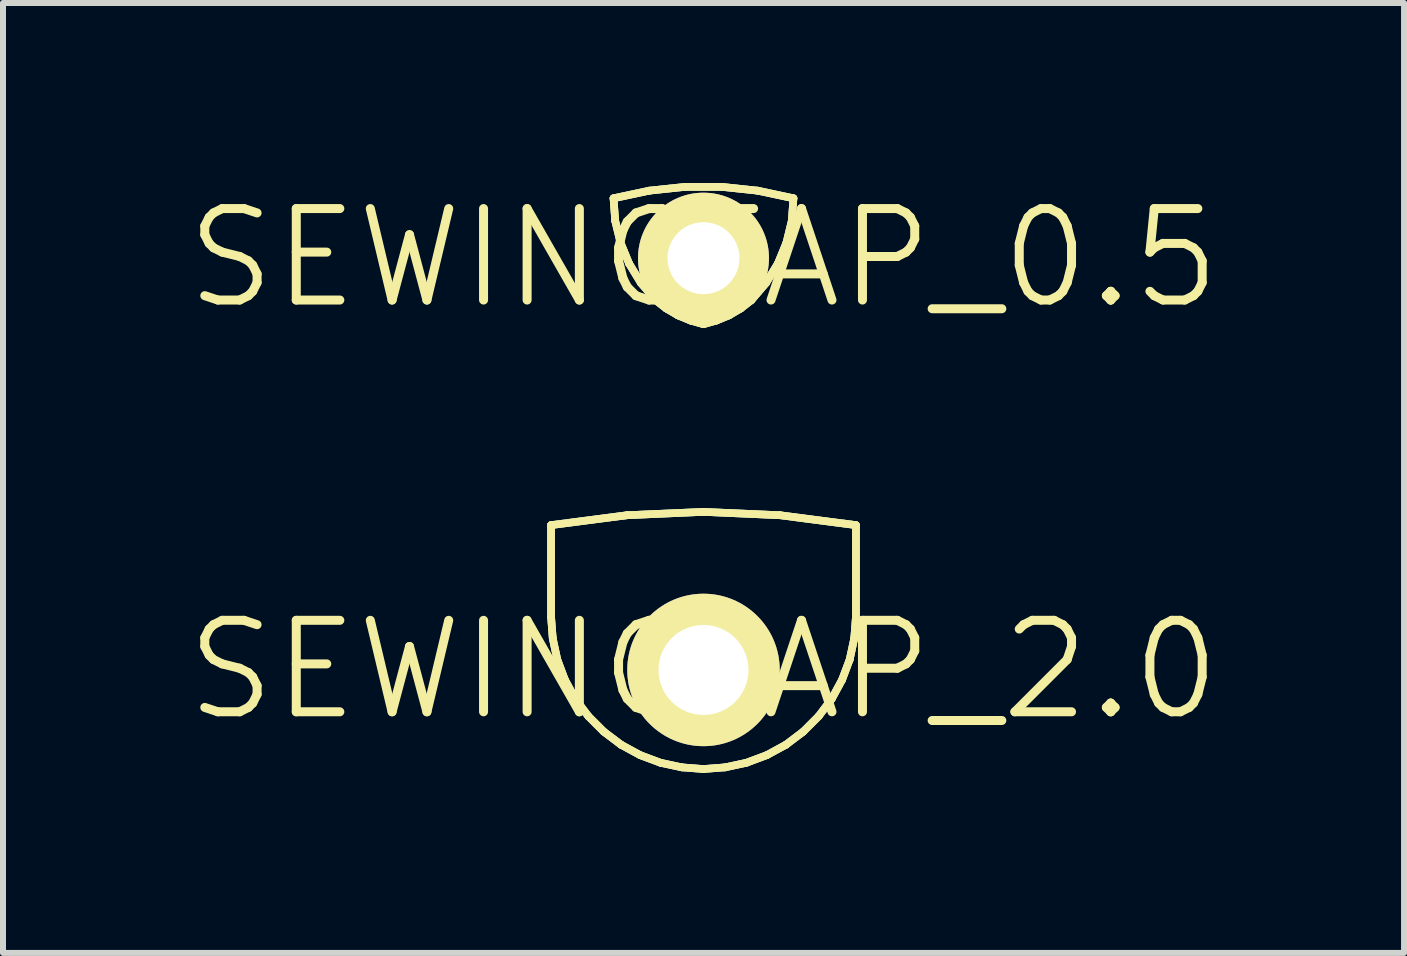
<source format=kicad_pcb>
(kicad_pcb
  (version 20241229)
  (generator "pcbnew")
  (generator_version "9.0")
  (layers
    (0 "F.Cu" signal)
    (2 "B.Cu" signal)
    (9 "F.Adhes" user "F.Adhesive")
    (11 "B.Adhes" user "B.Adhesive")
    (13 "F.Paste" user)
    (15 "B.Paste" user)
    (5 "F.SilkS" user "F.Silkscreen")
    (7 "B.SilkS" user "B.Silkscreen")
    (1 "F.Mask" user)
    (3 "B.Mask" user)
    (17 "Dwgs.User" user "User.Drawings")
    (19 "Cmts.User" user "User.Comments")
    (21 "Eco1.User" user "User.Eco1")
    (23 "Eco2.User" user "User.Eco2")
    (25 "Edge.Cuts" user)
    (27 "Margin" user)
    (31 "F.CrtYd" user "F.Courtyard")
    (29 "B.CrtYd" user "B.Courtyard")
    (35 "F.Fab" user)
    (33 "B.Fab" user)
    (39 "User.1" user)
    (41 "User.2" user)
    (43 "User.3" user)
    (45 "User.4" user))
  (footprint "SEWINGTAP_2.0"
    (layer "F.Cu")
    (at 8.672 8.113)
    (property "Reference" "SEWINGTAP_2.0" (at 0 0 0) (layer "F.SilkS") (effects (font (size 1.524 1.524) (thickness 0.15))))
    (attr exclude_from_pos_files exclude_from_bom)
    (fp_line (start -2.54 -2.413) (end -2.54 -0.889) (stroke (width 0.127) (type solid)) (layer "B.Cu"))
    (fp_line (start -2.54 -0.889) (end -2.512 -0.526) (stroke (width 0.127) (type solid)) (layer "B.Cu"))
    (fp_line (start -2.512 -0.526) (end -2.436 -0.173) (stroke (width 0.127) (type solid)) (layer "B.Cu"))
    (fp_line (start -2.436 -0.173) (end -2.309 0.165) (stroke (width 0.127) (type solid)) (layer "B.Cu"))
    (fp_line (start -2.309 0.165) (end -2.136 0.483) (stroke (width 0.127) (type solid)) (layer "B.Cu"))
    (fp_line (start -2.136 0.483) (end -1.918 0.772) (stroke (width 0.127) (type solid)) (layer "B.Cu"))
    (fp_line (start -1.918 0.772) (end -1.661 1.029) (stroke (width 0.127) (type solid)) (layer "B.Cu"))
    (fp_line (start -1.661 1.029) (end -1.372 1.247) (stroke (width 0.127) (type solid)) (layer "B.Cu"))
    (fp_line (start -1.372 1.247) (end -1.054 1.42) (stroke (width 0.127) (type solid)) (layer "B.Cu"))
    (fp_line (start -1.273 -2.578) (end -2.54 -2.413) (stroke (width 0.127) (type solid)) (layer "B.Cu"))
    (fp_line (start -1.054 1.42) (end -0.714 1.547) (stroke (width 0.127) (type solid)) (layer "B.Cu"))
    (fp_line (start -0.714 1.547) (end -0.361 1.623) (stroke (width 0.127) (type solid)) (layer "B.Cu"))
    (fp_line (start -0.361 1.623) (end 0 1.651) (stroke (width 0.127) (type solid)) (layer "B.Cu"))
    (fp_line (start 0 -2.634) (end -1.273 -2.578) (stroke (width 0.127) (type solid)) (layer "B.Cu"))
    (fp_line (start 0 1.651) (end 0.361 1.623) (stroke (width 0.127) (type solid)) (layer "B.Cu"))
    (fp_line (start 0.361 1.623) (end 0.714 1.547) (stroke (width 0.127) (type solid)) (layer "B.Cu"))
    (fp_line (start 0.714 1.547) (end 1.054 1.42) (stroke (width 0.127) (type solid)) (layer "B.Cu"))
    (fp_line (start 1.054 1.42) (end 1.372 1.247) (stroke (width 0.127) (type solid)) (layer "B.Cu"))
    (fp_line (start 1.273 -2.578) (end 0 -2.634) (stroke (width 0.127) (type solid)) (layer "B.Cu"))
    (fp_line (start 1.372 1.247) (end 1.661 1.029) (stroke (width 0.127) (type solid)) (layer "B.Cu"))
    (fp_line (start 1.661 1.029) (end 1.918 0.772) (stroke (width 0.127) (type solid)) (layer "B.Cu"))
    (fp_line (start 1.918 0.772) (end 2.136 0.483) (stroke (width 0.127) (type solid)) (layer "B.Cu"))
    (fp_line (start 2.136 0.483) (end 2.309 0.165) (stroke (width 0.127) (type solid)) (layer "B.Cu"))
    (fp_line (start 2.309 0.165) (end 2.436 -0.173) (stroke (width 0.127) (type solid)) (layer "B.Cu"))
    (fp_line (start 2.436 -0.173) (end 2.512 -0.526) (stroke (width 0.127) (type solid)) (layer "B.Cu"))
    (fp_line (start 2.512 -0.526) (end 2.54 -0.889) (stroke (width 0.127) (type solid)) (layer "B.Cu"))
    (fp_line (start 2.54 -2.413) (end 1.273 -2.578) (stroke (width 0.127) (type solid)) (layer "B.Cu"))
    (fp_line (start 2.54 -0.889) (end 2.54 -2.413) (stroke (width 0.127) (type solid)) (layer "B.Cu"))
    (fp_line (start -2.54 -2.413) (end -2.54 -0.889) (stroke (width 0.127) (type solid)) (layer "F.SilkS"))
    (fp_line (start -2.54 -2.413) (end -2.54 -0.889) (stroke (width 0.127) (type solid)) (layer "F.SilkS"))
    (fp_line (start -2.54 -0.889) (end -2.512 -0.526) (stroke (width 0.127) (type solid)) (layer "F.SilkS"))
    (fp_line (start -2.54 -0.889) (end -2.512 -0.526) (stroke (width 0.127) (type solid)) (layer "F.SilkS"))
    (fp_line (start -2.512 -0.526) (end -2.436 -0.173) (stroke (width 0.127) (type solid)) (layer "F.SilkS"))
    (fp_line (start -2.512 -0.526) (end -2.436 -0.173) (stroke (width 0.127) (type solid)) (layer "F.SilkS"))
    (fp_line (start -2.436 -0.173) (end -2.309 0.165) (stroke (width 0.127) (type solid)) (layer "F.SilkS"))
    (fp_line (start -2.436 -0.173) (end -2.309 0.165) (stroke (width 0.127) (type solid)) (layer "F.SilkS"))
    (fp_line (start -2.309 0.165) (end -2.136 0.483) (stroke (width 0.127) (type solid)) (layer "F.SilkS"))
    (fp_line (start -2.309 0.165) (end -2.136 0.483) (stroke (width 0.127) (type solid)) (layer "F.SilkS"))
    (fp_line (start -2.136 0.483) (end -1.918 0.772) (stroke (width 0.127) (type solid)) (layer "F.SilkS"))
    (fp_line (start -2.136 0.483) (end -1.918 0.772) (stroke (width 0.127) (type solid)) (layer "F.SilkS"))
    (fp_line (start -1.918 0.772) (end -1.661 1.029) (stroke (width 0.127) (type solid)) (layer "F.SilkS"))
    (fp_line (start -1.918 0.772) (end -1.661 1.029) (stroke (width 0.127) (type solid)) (layer "F.SilkS"))
    (fp_line (start -1.661 1.029) (end -1.372 1.247) (stroke (width 0.127) (type solid)) (layer "F.SilkS"))
    (fp_line (start -1.661 1.029) (end -1.372 1.247) (stroke (width 0.127) (type solid)) (layer "F.SilkS"))
    (fp_line (start -1.372 1.247) (end -1.054 1.42) (stroke (width 0.127) (type solid)) (layer "F.SilkS"))
    (fp_line (start -1.372 1.247) (end -1.054 1.42) (stroke (width 0.127) (type solid)) (layer "F.SilkS"))
    (fp_line (start -1.273 -2.578) (end -2.54 -2.413) (stroke (width 0.127) (type solid)) (layer "F.SilkS"))
    (fp_line (start -1.273 -2.578) (end -2.54 -2.413) (stroke (width 0.127) (type solid)) (layer "F.SilkS"))
    (fp_line (start -1.054 1.42) (end -0.714 1.547) (stroke (width 0.127) (type solid)) (layer "F.SilkS"))
    (fp_line (start -1.054 1.42) (end -0.714 1.547) (stroke (width 0.127) (type solid)) (layer "F.SilkS"))
    (fp_line (start -0.714 1.547) (end -0.361 1.623) (stroke (width 0.127) (type solid)) (layer "F.SilkS"))
    (fp_line (start -0.714 1.547) (end -0.361 1.623) (stroke (width 0.127) (type solid)) (layer "F.SilkS"))
    (fp_line (start -0.361 1.623) (end 0 1.651) (stroke (width 0.127) (type solid)) (layer "F.SilkS"))
    (fp_line (start -0.361 1.623) (end 0 1.651) (stroke (width 0.127) (type solid)) (layer "F.SilkS"))
    (fp_line (start 0 -2.634) (end -1.273 -2.578) (stroke (width 0.127) (type solid)) (layer "F.SilkS"))
    (fp_line (start 0 -2.634) (end -1.273 -2.578) (stroke (width 0.127) (type solid)) (layer "F.SilkS"))
    (fp_line (start 0 1.651) (end 0.361 1.623) (stroke (width 0.127) (type solid)) (layer "F.SilkS"))
    (fp_line (start 0 1.651) (end 0.361 1.623) (stroke (width 0.127) (type solid)) (layer "F.SilkS"))
    (fp_line (start 0.361 1.623) (end 0.714 1.547) (stroke (width 0.127) (type solid)) (layer "F.SilkS"))
    (fp_line (start 0.361 1.623) (end 0.714 1.547) (stroke (width 0.127) (type solid)) (layer "F.SilkS"))
    (fp_line (start 0.714 1.547) (end 1.054 1.42) (stroke (width 0.127) (type solid)) (layer "F.SilkS"))
    (fp_line (start 0.714 1.547) (end 1.054 1.42) (stroke (width 0.127) (type solid)) (layer "F.SilkS"))
    (fp_line (start 1.054 1.42) (end 1.372 1.247) (stroke (width 0.127) (type solid)) (layer "F.SilkS"))
    (fp_line (start 1.054 1.42) (end 1.372 1.247) (stroke (width 0.127) (type solid)) (layer "F.SilkS"))
    (fp_line (start 1.273 -2.578) (end 0 -2.634) (stroke (width 0.127) (type solid)) (layer "F.SilkS"))
    (fp_line (start 1.273 -2.578) (end 0 -2.634) (stroke (width 0.127) (type solid)) (layer "F.SilkS"))
    (fp_line (start 1.372 1.247) (end 1.661 1.029) (stroke (width 0.127) (type solid)) (layer "F.SilkS"))
    (fp_line (start 1.372 1.247) (end 1.661 1.029) (stroke (width 0.127) (type solid)) (layer "F.SilkS"))
    (fp_line (start 1.661 1.029) (end 1.918 0.772) (stroke (width 0.127) (type solid)) (layer "F.SilkS"))
    (fp_line (start 1.661 1.029) (end 1.918 0.772) (stroke (width 0.127) (type solid)) (layer "F.SilkS"))
    (fp_line (start 1.918 0.772) (end 2.136 0.483) (stroke (width 0.127) (type solid)) (layer "F.SilkS"))
    (fp_line (start 1.918 0.772) (end 2.136 0.483) (stroke (width 0.127) (type solid)) (layer "F.SilkS"))
    (fp_line (start 2.136 0.483) (end 2.309 0.165) (stroke (width 0.127) (type solid)) (layer "F.SilkS"))
    (fp_line (start 2.136 0.483) (end 2.309 0.165) (stroke (width 0.127) (type solid)) (layer "F.SilkS"))
    (fp_line (start 2.309 0.165) (end 2.436 -0.173) (stroke (width 0.127) (type solid)) (layer "F.SilkS"))
    (fp_line (start 2.309 0.165) (end 2.436 -0.173) (stroke (width 0.127) (type solid)) (layer "F.SilkS"))
    (fp_line (start 2.436 -0.173) (end 2.512 -0.526) (stroke (width 0.127) (type solid)) (layer "F.SilkS"))
    (fp_line (start 2.436 -0.173) (end 2.512 -0.526) (stroke (width 0.127) (type solid)) (layer "F.SilkS"))
    (fp_line (start 2.512 -0.526) (end 2.54 -0.889) (stroke (width 0.127) (type solid)) (layer "F.SilkS"))
    (fp_line (start 2.512 -0.526) (end 2.54 -0.889) (stroke (width 0.127) (type solid)) (layer "F.SilkS"))
    (fp_line (start 2.54 -2.413) (end 1.273 -2.578) (stroke (width 0.127) (type solid)) (layer "F.SilkS"))
    (fp_line (start 2.54 -2.413) (end 1.273 -2.578) (stroke (width 0.127) (type solid)) (layer "F.SilkS"))
    (fp_line (start 2.54 -0.889) (end 2.54 -2.413) (stroke (width 0.127) (type solid)) (layer "F.SilkS"))
    (fp_line (start 2.54 -0.889) (end 2.54 -2.413) (stroke (width 0.127) (type solid)) (layer "F.SilkS"))
    (fp_line (start -2.54 -2.413) (end -2.54 -0.889) (stroke (width 0.127) (type solid)) (layer "B.Adhes"))
    (fp_line (start -2.54 -0.889) (end -2.512 -0.526) (stroke (width 0.127) (type solid)) (layer "B.Adhes"))
    (fp_line (start -2.512 -0.526) (end -2.436 -0.173) (stroke (width 0.127) (type solid)) (layer "B.Adhes"))
    (fp_line (start -2.436 -0.173) (end -2.309 0.165) (stroke (width 0.127) (type solid)) (layer "B.Adhes"))
    (fp_line (start -2.309 0.165) (end -2.136 0.483) (stroke (width 0.127) (type solid)) (layer "B.Adhes"))
    (fp_line (start -2.136 0.483) (end -1.918 0.772) (stroke (width 0.127) (type solid)) (layer "B.Adhes"))
    (fp_line (start -1.918 0.772) (end -1.661 1.029) (stroke (width 0.127) (type solid)) (layer "B.Adhes"))
    (fp_line (start -1.661 1.029) (end -1.372 1.247) (stroke (width 0.127) (type solid)) (layer "B.Adhes"))
    (fp_line (start -1.372 1.247) (end -1.054 1.42) (stroke (width 0.127) (type solid)) (layer "B.Adhes"))
    (fp_line (start -1.273 -2.578) (end -2.54 -2.413) (stroke (width 0.127) (type solid)) (layer "B.Adhes"))
    (fp_line (start -1.054 1.42) (end -0.714 1.547) (stroke (width 0.127) (type solid)) (layer "B.Adhes"))
    (fp_line (start -0.714 1.547) (end -0.361 1.623) (stroke (width 0.127) (type solid)) (layer "B.Adhes"))
    (fp_line (start -0.361 1.623) (end 0 1.651) (stroke (width 0.127) (type solid)) (layer "B.Adhes"))
    (fp_line (start 0 -2.634) (end -1.273 -2.578) (stroke (width 0.127) (type solid)) (layer "B.Adhes"))
    (fp_line (start 0 1.651) (end 0.361 1.623) (stroke (width 0.127) (type solid)) (layer "B.Adhes"))
    (fp_line (start 0.361 1.623) (end 0.714 1.547) (stroke (width 0.127) (type solid)) (layer "B.Adhes"))
    (fp_line (start 0.714 1.547) (end 1.054 1.42) (stroke (width 0.127) (type solid)) (layer "B.Adhes"))
    (fp_line (start 1.054 1.42) (end 1.372 1.247) (stroke (width 0.127) (type solid)) (layer "B.Adhes"))
    (fp_line (start 1.273 -2.578) (end 0 -2.634) (stroke (width 0.127) (type solid)) (layer "B.Adhes"))
    (fp_line (start 1.372 1.247) (end 1.661 1.029) (stroke (width 0.127) (type solid)) (layer "B.Adhes"))
    (fp_line (start 1.661 1.029) (end 1.918 0.772) (stroke (width 0.127) (type solid)) (layer "B.Adhes"))
    (fp_line (start 1.918 0.772) (end 2.136 0.483) (stroke (width 0.127) (type solid)) (layer "B.Adhes"))
    (fp_line (start 2.136 0.483) (end 2.309 0.165) (stroke (width 0.127) (type solid)) (layer "B.Adhes"))
    (fp_line (start 2.309 0.165) (end 2.436 -0.173) (stroke (width 0.127) (type solid)) (layer "B.Adhes"))
    (fp_line (start 2.436 -0.173) (end 2.512 -0.526) (stroke (width 0.127) (type solid)) (layer "B.Adhes"))
    (fp_line (start 2.512 -0.526) (end 2.54 -0.889) (stroke (width 0.127) (type solid)) (layer "B.Adhes"))
    (fp_line (start 2.54 -2.413) (end 1.273 -2.578) (stroke (width 0.127) (type solid)) (layer "B.Adhes"))
    (fp_line (start 2.54 -0.889) (end 2.54 -2.413) (stroke (width 0.127) (type solid)) (layer "B.Adhes"))
    (pad "P$1" thru_hole circle (at 0 0) (size 2.54 2.54) (drill 1.499) (layers "*.Cu" "F.Mask" "F.SilkS" "F.Paste")))
  (footprint "SEWINGTAP_0.5"
    (layer "F.Cu")
    (at 8.672 1.252)
    (property "Reference" "SEWINGTAP_0.5" (at 0 0 0) (layer "F.SilkS") (effects (font (size 1.524 1.524) (thickness 0.15))))
    (attr exclude_from_pos_files exclude_from_bom)
    (fp_line (start -1.499 -0.998) (end -1.471 -0.622) (stroke (width 0.127) (type solid)) (layer "B.Cu"))
    (fp_line (start -1.471 -0.622) (end -1.382 -0.257) (stroke (width 0.127) (type solid)) (layer "B.Cu"))
    (fp_line (start -1.382 -0.257) (end -1.24 0.089) (stroke (width 0.127) (type solid)) (layer "B.Cu"))
    (fp_line (start -1.24 0.089) (end -1.044 0.411) (stroke (width 0.127) (type solid)) (layer "B.Cu"))
    (fp_line (start -1.044 0.411) (end -0.798 0.699) (stroke (width 0.127) (type solid)) (layer "B.Cu"))
    (fp_line (start -0.904 -1.125) (end -1.499 -0.998) (stroke (width 0.127) (type solid)) (layer "B.Cu"))
    (fp_line (start -0.798 0.699) (end -0.62 0.838) (stroke (width 0.127) (type solid)) (layer "B.Cu"))
    (fp_line (start -0.62 0.838) (end -0.424 0.953) (stroke (width 0.127) (type solid)) (layer "B.Cu"))
    (fp_line (start -0.424 0.953) (end -0.216 1.039) (stroke (width 0.127) (type solid)) (layer "B.Cu"))
    (fp_line (start -0.302 -1.189) (end -0.904 -1.125) (stroke (width 0.127) (type solid)) (layer "B.Cu"))
    (fp_line (start -0.216 1.039) (end 0 1.1) (stroke (width 0.127) (type solid)) (layer "B.Cu"))
    (fp_line (start 0 1.1) (end 0.216 1.039) (stroke (width 0.127) (type solid)) (layer "B.Cu"))
    (fp_line (start 0.216 1.039) (end 0.424 0.953) (stroke (width 0.127) (type solid)) (layer "B.Cu"))
    (fp_line (start 0.302 -1.189) (end -0.302 -1.189) (stroke (width 0.127) (type solid)) (layer "B.Cu"))
    (fp_line (start 0.424 0.953) (end 0.62 0.838) (stroke (width 0.127) (type solid)) (layer "B.Cu"))
    (fp_line (start 0.62 0.838) (end 0.798 0.699) (stroke (width 0.127) (type solid)) (layer "B.Cu"))
    (fp_line (start 0.798 0.699) (end 1.044 0.411) (stroke (width 0.127) (type solid)) (layer "B.Cu"))
    (fp_line (start 0.904 -1.125) (end 0.302 -1.189) (stroke (width 0.127) (type solid)) (layer "B.Cu"))
    (fp_line (start 1.044 0.411) (end 1.24 0.089) (stroke (width 0.127) (type solid)) (layer "B.Cu"))
    (fp_line (start 1.24 0.089) (end 1.382 -0.257) (stroke (width 0.127) (type solid)) (layer "B.Cu"))
    (fp_line (start 1.382 -0.257) (end 1.471 -0.622) (stroke (width 0.127) (type solid)) (layer "B.Cu"))
    (fp_line (start 1.471 -0.622) (end 1.499 -0.998) (stroke (width 0.127) (type solid)) (layer "B.Cu"))
    (fp_line (start 1.499 -0.998) (end 0.904 -1.125) (stroke (width 0.127) (type solid)) (layer "B.Cu"))
    (fp_line (start -1.499 -0.998) (end -1.471 -0.622) (stroke (width 0.127) (type solid)) (layer "F.SilkS"))
    (fp_line (start -1.499 -0.998) (end -1.471 -0.622) (stroke (width 0.127) (type solid)) (layer "F.SilkS"))
    (fp_line (start -1.471 -0.622) (end -1.382 -0.257) (stroke (width 0.127) (type solid)) (layer "F.SilkS"))
    (fp_line (start -1.471 -0.622) (end -1.382 -0.257) (stroke (width 0.127) (type solid)) (layer "F.SilkS"))
    (fp_line (start -1.382 -0.257) (end -1.24 0.089) (stroke (width 0.127) (type solid)) (layer "F.SilkS"))
    (fp_line (start -1.382 -0.257) (end -1.24 0.089) (stroke (width 0.127) (type solid)) (layer "F.SilkS"))
    (fp_line (start -1.24 0.089) (end -1.044 0.411) (stroke (width 0.127) (type solid)) (layer "F.SilkS"))
    (fp_line (start -1.24 0.089) (end -1.044 0.411) (stroke (width 0.127) (type solid)) (layer "F.SilkS"))
    (fp_line (start -1.044 0.411) (end -0.798 0.699) (stroke (width 0.127) (type solid)) (layer "F.SilkS"))
    (fp_line (start -1.044 0.411) (end -0.798 0.699) (stroke (width 0.127) (type solid)) (layer "F.SilkS"))
    (fp_line (start -0.904 -1.125) (end -1.499 -0.998) (stroke (width 0.127) (type solid)) (layer "F.SilkS"))
    (fp_line (start -0.904 -1.125) (end -1.499 -0.998) (stroke (width 0.127) (type solid)) (layer "F.SilkS"))
    (fp_line (start -0.798 0.699) (end -0.62 0.838) (stroke (width 0.127) (type solid)) (layer "F.SilkS"))
    (fp_line (start -0.798 0.699) (end -0.62 0.838) (stroke (width 0.127) (type solid)) (layer "F.SilkS"))
    (fp_line (start -0.62 0.838) (end -0.424 0.953) (stroke (width 0.127) (type solid)) (layer "F.SilkS"))
    (fp_line (start -0.62 0.838) (end -0.424 0.953) (stroke (width 0.127) (type solid)) (layer "F.SilkS"))
    (fp_line (start -0.424 0.953) (end -0.216 1.039) (stroke (width 0.127) (type solid)) (layer "F.SilkS"))
    (fp_line (start -0.424 0.953) (end -0.216 1.039) (stroke (width 0.127) (type solid)) (layer "F.SilkS"))
    (fp_line (start -0.302 -1.189) (end -0.904 -1.125) (stroke (width 0.127) (type solid)) (layer "F.SilkS"))
    (fp_line (start -0.302 -1.189) (end -0.904 -1.125) (stroke (width 0.127) (type solid)) (layer "F.SilkS"))
    (fp_line (start -0.216 1.039) (end 0 1.1) (stroke (width 0.127) (type solid)) (layer "F.SilkS"))
    (fp_line (start -0.216 1.039) (end 0 1.1) (stroke (width 0.127) (type solid)) (layer "F.SilkS"))
    (fp_line (start 0 1.1) (end 0.216 1.039) (stroke (width 0.127) (type solid)) (layer "F.SilkS"))
    (fp_line (start 0 1.1) (end 0.216 1.039) (stroke (width 0.127) (type solid)) (layer "F.SilkS"))
    (fp_line (start 0.216 1.039) (end 0.424 0.953) (stroke (width 0.127) (type solid)) (layer "F.SilkS"))
    (fp_line (start 0.216 1.039) (end 0.424 0.953) (stroke (width 0.127) (type solid)) (layer "F.SilkS"))
    (fp_line (start 0.302 -1.189) (end -0.302 -1.189) (stroke (width 0.127) (type solid)) (layer "F.SilkS"))
    (fp_line (start 0.302 -1.189) (end -0.302 -1.189) (stroke (width 0.127) (type solid)) (layer "F.SilkS"))
    (fp_line (start 0.424 0.953) (end 0.62 0.838) (stroke (width 0.127) (type solid)) (layer "F.SilkS"))
    (fp_line (start 0.424 0.953) (end 0.62 0.838) (stroke (width 0.127) (type solid)) (layer "F.SilkS"))
    (fp_line (start 0.62 0.838) (end 0.798 0.699) (stroke (width 0.127) (type solid)) (layer "F.SilkS"))
    (fp_line (start 0.62 0.838) (end 0.798 0.699) (stroke (width 0.127) (type solid)) (layer "F.SilkS"))
    (fp_line (start 0.798 0.699) (end 1.044 0.411) (stroke (width 0.127) (type solid)) (layer "F.SilkS"))
    (fp_line (start 0.798 0.699) (end 1.044 0.411) (stroke (width 0.127) (type solid)) (layer "F.SilkS"))
    (fp_line (start 0.904 -1.125) (end 0.302 -1.189) (stroke (width 0.127) (type solid)) (layer "F.SilkS"))
    (fp_line (start 0.904 -1.125) (end 0.302 -1.189) (stroke (width 0.127) (type solid)) (layer "F.SilkS"))
    (fp_line (start 1.044 0.411) (end 1.24 0.089) (stroke (width 0.127) (type solid)) (layer "F.SilkS"))
    (fp_line (start 1.044 0.411) (end 1.24 0.089) (stroke (width 0.127) (type solid)) (layer "F.SilkS"))
    (fp_line (start 1.24 0.089) (end 1.382 -0.257) (stroke (width 0.127) (type solid)) (layer "F.SilkS"))
    (fp_line (start 1.24 0.089) (end 1.382 -0.257) (stroke (width 0.127) (type solid)) (layer "F.SilkS"))
    (fp_line (start 1.382 -0.257) (end 1.471 -0.622) (stroke (width 0.127) (type solid)) (layer "F.SilkS"))
    (fp_line (start 1.382 -0.257) (end 1.471 -0.622) (stroke (width 0.127) (type solid)) (layer "F.SilkS"))
    (fp_line (start 1.471 -0.622) (end 1.499 -0.998) (stroke (width 0.127) (type solid)) (layer "F.SilkS"))
    (fp_line (start 1.471 -0.622) (end 1.499 -0.998) (stroke (width 0.127) (type solid)) (layer "F.SilkS"))
    (fp_line (start 1.499 -0.998) (end 0.904 -1.125) (stroke (width 0.127) (type solid)) (layer "F.SilkS"))
    (fp_line (start 1.499 -0.998) (end 0.904 -1.125) (stroke (width 0.127) (type solid)) (layer "F.SilkS"))
    (fp_line (start -1.499 -0.998) (end -1.471 -0.622) (stroke (width 0.127) (type solid)) (layer "B.Adhes"))
    (fp_line (start -1.471 -0.622) (end -1.382 -0.257) (stroke (width 0.127) (type solid)) (layer "B.Adhes"))
    (fp_line (start -1.382 -0.257) (end -1.24 0.089) (stroke (width 0.127) (type solid)) (layer "B.Adhes"))
    (fp_line (start -1.24 0.089) (end -1.044 0.411) (stroke (width 0.127) (type solid)) (layer "B.Adhes"))
    (fp_line (start -1.044 0.411) (end -0.798 0.699) (stroke (width 0.127) (type solid)) (layer "B.Adhes"))
    (fp_line (start -0.904 -1.125) (end -1.499 -0.998) (stroke (width 0.127) (type solid)) (layer "B.Adhes"))
    (fp_line (start -0.798 0.699) (end -0.62 0.838) (stroke (width 0.127) (type solid)) (layer "B.Adhes"))
    (fp_line (start -0.62 0.838) (end -0.424 0.953) (stroke (width 0.127) (type solid)) (layer "B.Adhes"))
    (fp_line (start -0.424 0.953) (end -0.216 1.039) (stroke (width 0.127) (type solid)) (layer "B.Adhes"))
    (fp_line (start -0.302 -1.189) (end -0.904 -1.125) (stroke (width 0.127) (type solid)) (layer "B.Adhes"))
    (fp_line (start -0.216 1.039) (end 0 1.1) (stroke (width 0.127) (type solid)) (layer "B.Adhes"))
    (fp_line (start 0 1.1) (end 0.216 1.039) (stroke (width 0.127) (type solid)) (layer "B.Adhes"))
    (fp_line (start 0.216 1.039) (end 0.424 0.953) (stroke (width 0.127) (type solid)) (layer "B.Adhes"))
    (fp_line (start 0.302 -1.189) (end -0.302 -1.189) (stroke (width 0.127) (type solid)) (layer "B.Adhes"))
    (fp_line (start 0.424 0.953) (end 0.62 0.838) (stroke (width 0.127) (type solid)) (layer "B.Adhes"))
    (fp_line (start 0.62 0.838) (end 0.798 0.699) (stroke (width 0.127) (type solid)) (layer "B.Adhes"))
    (fp_line (start 0.798 0.699) (end 1.044 0.411) (stroke (width 0.127) (type solid)) (layer "B.Adhes"))
    (fp_line (start 0.904 -1.125) (end 0.302 -1.189) (stroke (width 0.127) (type solid)) (layer "B.Adhes"))
    (fp_line (start 1.044 0.411) (end 1.24 0.089) (stroke (width 0.127) (type solid)) (layer "B.Adhes"))
    (fp_line (start 1.24 0.089) (end 1.382 -0.257) (stroke (width 0.127) (type solid)) (layer "B.Adhes"))
    (fp_line (start 1.382 -0.257) (end 1.471 -0.622) (stroke (width 0.127) (type solid)) (layer "B.Adhes"))
    (fp_line (start 1.471 -0.622) (end 1.499 -0.998) (stroke (width 0.127) (type solid)) (layer "B.Adhes"))
    (fp_line (start 1.499 -0.998) (end 0.904 -1.125) (stroke (width 0.127) (type solid)) (layer "B.Adhes"))
    (pad "TAP" thru_hole circle (at 0 0) (size 2.182 2.182) (drill 1.199) (layers "*.Cu" "F.Mask" "F.SilkS" "F.Paste")))
  (gr_rect
    (start -3 -3)
    (end 20.345 12.828)
    (stroke (width 0.1) (type default))
    (fill no)
    (layer "Edge.Cuts")))
</source>
